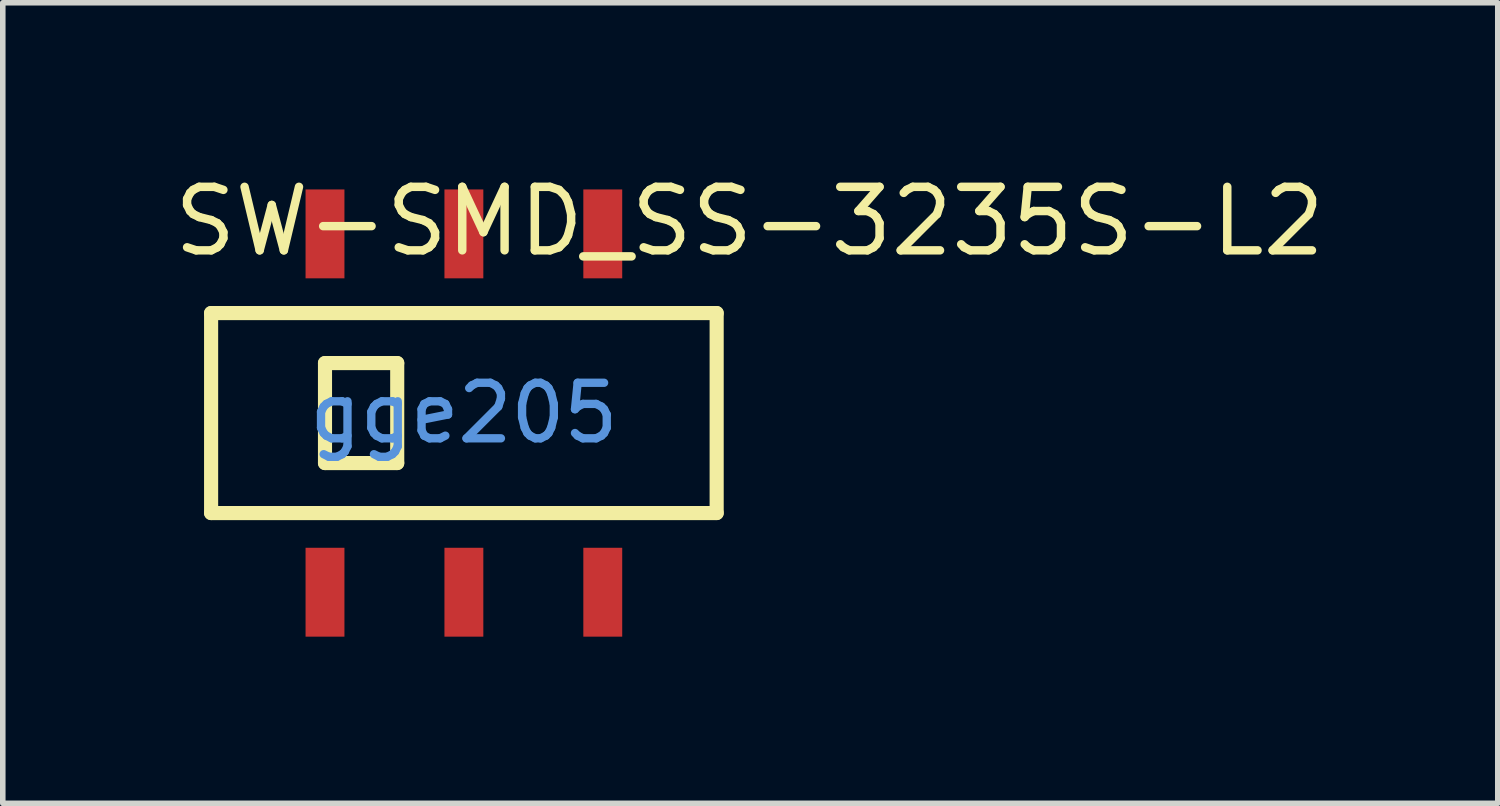
<source format=kicad_pcb>
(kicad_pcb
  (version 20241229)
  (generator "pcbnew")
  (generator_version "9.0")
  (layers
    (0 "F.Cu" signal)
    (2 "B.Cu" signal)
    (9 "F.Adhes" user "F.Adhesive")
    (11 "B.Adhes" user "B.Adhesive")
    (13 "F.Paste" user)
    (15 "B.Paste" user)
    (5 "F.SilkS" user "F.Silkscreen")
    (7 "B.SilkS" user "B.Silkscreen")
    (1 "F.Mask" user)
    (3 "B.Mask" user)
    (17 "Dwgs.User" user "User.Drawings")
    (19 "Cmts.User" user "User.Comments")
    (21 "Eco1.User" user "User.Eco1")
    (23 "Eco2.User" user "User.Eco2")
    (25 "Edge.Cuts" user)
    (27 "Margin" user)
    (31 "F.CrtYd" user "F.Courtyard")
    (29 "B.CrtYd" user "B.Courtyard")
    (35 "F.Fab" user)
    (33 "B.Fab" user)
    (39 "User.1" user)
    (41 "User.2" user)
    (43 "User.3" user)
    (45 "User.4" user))
  (footprint "SW-SMD_SS-3235S-L2"
    (layer "F.Cu")
    (at 5.3 4.385)
    (property "Reference" "SW-SMD_SS-3235S-L2" (at -5.3 -3.45 0) (layer "F.SilkS") (effects (font (size 1.143 1.143) (thickness 0.152)) (justify left)))
    (attr smd)
    (fp_line (start -4.55 -1.8) (end -4.55 1.8) (stroke (width 0.254) (type solid)) (layer "F.SilkS"))
    (fp_line (start -4.55 -1.8) (end 4.55 -1.8) (stroke (width 0.254) (type solid)) (layer "F.SilkS"))
    (fp_line (start -4.55 1.8) (end 4.55 1.8) (stroke (width 0.254) (type solid)) (layer "F.SilkS"))
    (fp_line (start -2.5 -0.9) (end -1.2 -0.9) (stroke (width 0.254) (type solid)) (layer "F.SilkS"))
    (fp_line (start -2.5 0.9) (end -2.5 -0.9) (stroke (width 0.254) (type solid)) (layer "F.SilkS"))
    (fp_line (start -1.2 -0.9) (end -1.2 0.9) (stroke (width 0.254) (type solid)) (layer "F.SilkS"))
    (fp_line (start -1.2 0.9) (end -2.5 0.9) (stroke (width 0.254) (type solid)) (layer "F.SilkS"))
    (fp_line (start 4.55 -1.8) (end 4.55 1.8) (stroke (width 0.254) (type solid)) (layer "F.SilkS"))
    (fp_text user "gge205" (at 0 0 0) (layer "Cmts.User") (effects (font (size 1 1) (thickness 0.15))))
    (pad "1" smd rect (at -2.5 -3.225) (size 0.7 1.6) (layers "F.Cu" "F.Mask" "F.Paste"))
    (pad "2" smd rect (at 0 -3.225) (size 0.7 1.6) (layers "F.Cu" "F.Mask" "F.Paste"))
    (pad "3" smd rect (at 2.5 -3.225) (size 0.7 1.6) (layers "F.Cu" "F.Mask" "F.Paste"))
    (pad "4" smd rect (at -2.5 3.225) (size 0.7 1.6) (layers "F.Cu" "F.Mask" "F.Paste"))
    (pad "5" smd rect (at 0 3.225) (size 0.7 1.6) (layers "F.Cu" "F.Mask" "F.Paste"))
    (pad "6" smd rect (at 2.5 3.225) (size 0.7 1.6) (layers "F.Cu" "F.Mask" "F.Paste")))
  (gr_rect
    (start -3 -3)
    (end 23.91 11.41)
    (stroke (width 0.1) (type default))
    (fill no)
    (layer "Edge.Cuts")))
</source>
